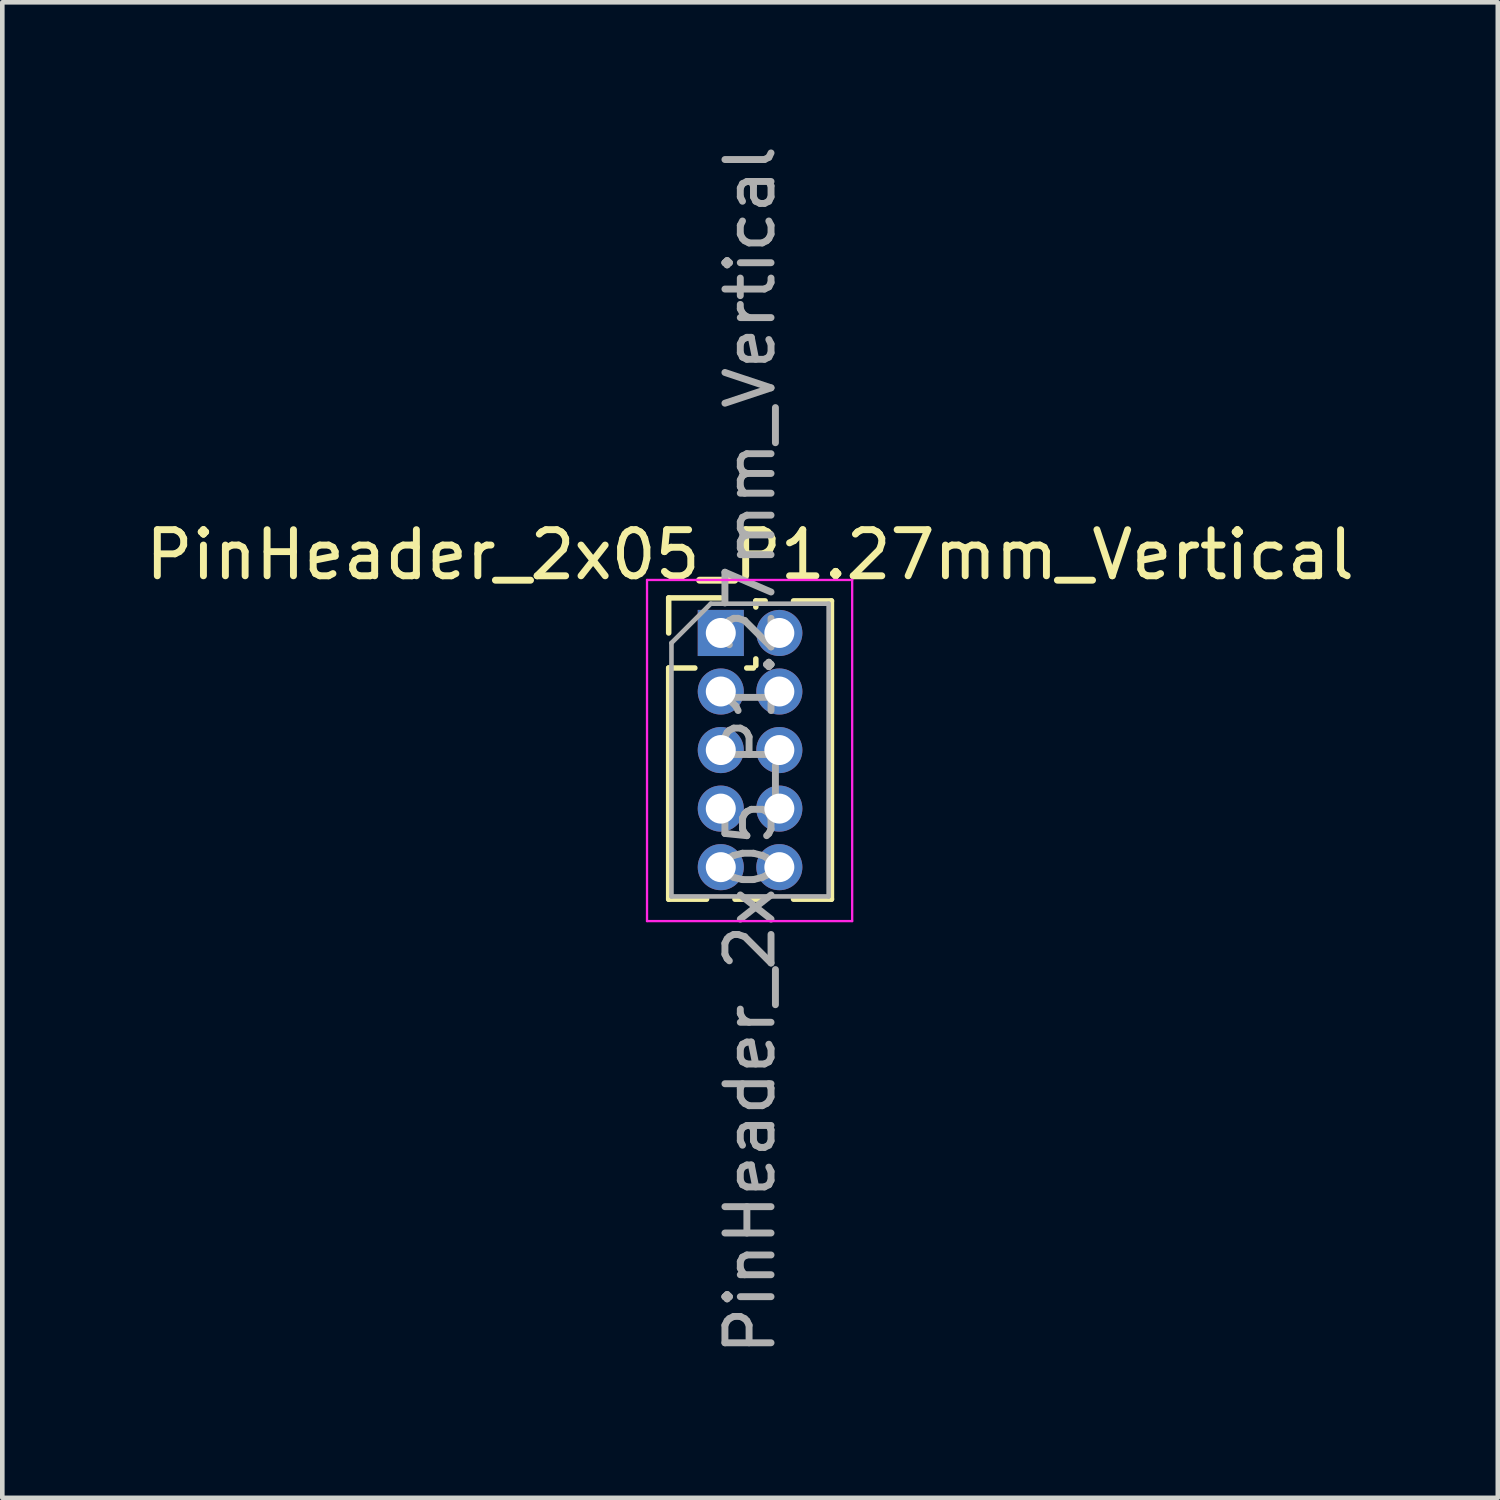
<source format=kicad_pcb>
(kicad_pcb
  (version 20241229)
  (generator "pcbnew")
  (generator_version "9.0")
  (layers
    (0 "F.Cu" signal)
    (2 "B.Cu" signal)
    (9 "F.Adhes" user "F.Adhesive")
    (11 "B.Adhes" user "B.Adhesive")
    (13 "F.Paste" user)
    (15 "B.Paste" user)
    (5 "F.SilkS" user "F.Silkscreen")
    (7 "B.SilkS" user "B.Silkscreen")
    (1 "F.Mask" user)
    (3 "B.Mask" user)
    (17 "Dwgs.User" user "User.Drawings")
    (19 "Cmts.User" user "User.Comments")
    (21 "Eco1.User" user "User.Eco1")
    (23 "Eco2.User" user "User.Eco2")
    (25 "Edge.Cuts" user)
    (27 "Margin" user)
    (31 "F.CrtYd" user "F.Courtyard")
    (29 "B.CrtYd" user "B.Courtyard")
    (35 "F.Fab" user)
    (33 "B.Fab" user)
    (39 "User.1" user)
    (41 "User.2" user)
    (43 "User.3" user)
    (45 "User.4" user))
  (footprint "PinHeader_2x05_P1.27mm_Vertical"
    (layer "F.Cu")
    (at 12.585 10.68)
    (property "Reference" "PinHeader_2x05_P1.27mm_Vertical" (at 0.635 -1.695 0) (layer "F.SilkS") (effects (font (size 1 1) (thickness 0.15))))
    (attr through_hole)
    (fp_line (start -1.13 -0.76) (end 0 -0.76) (stroke (width 0.12) (type solid)) (layer "F.SilkS"))
    (fp_line (start -1.13 0) (end -1.13 -0.76) (stroke (width 0.12) (type solid)) (layer "F.SilkS"))
    (fp_line (start -1.13 0.76) (end -1.13 5.775) (stroke (width 0.12) (type solid)) (layer "F.SilkS"))
    (fp_line (start -1.13 0.76) (end -0.563 0.76) (stroke (width 0.12) (type solid)) (layer "F.SilkS"))
    (fp_line (start -1.13 5.775) (end -0.308 5.775) (stroke (width 0.12) (type solid)) (layer "F.SilkS"))
    (fp_line (start 0.308 5.775) (end 0.962 5.775) (stroke (width 0.12) (type solid)) (layer "F.SilkS"))
    (fp_line (start 0.563 0.76) (end 0.707 0.76) (stroke (width 0.12) (type solid)) (layer "F.SilkS"))
    (fp_line (start 0.76 -0.695) (end 0.962 -0.695) (stroke (width 0.12) (type solid)) (layer "F.SilkS"))
    (fp_line (start 0.76 -0.563) (end 0.76 -0.695) (stroke (width 0.12) (type solid)) (layer "F.SilkS"))
    (fp_line (start 0.76 0.707) (end 0.76 0.563) (stroke (width 0.12) (type solid)) (layer "F.SilkS"))
    (fp_line (start 1.578 -0.695) (end 2.4 -0.695) (stroke (width 0.12) (type solid)) (layer "F.SilkS"))
    (fp_line (start 1.578 5.775) (end 2.4 5.775) (stroke (width 0.12) (type solid)) (layer "F.SilkS"))
    (fp_line (start 2.4 -0.695) (end 2.4 5.775) (stroke (width 0.12) (type solid)) (layer "F.SilkS"))
    (fp_line (start -1.6 -1.15) (end -1.6 6.25) (stroke (width 0.05) (type solid)) (layer "F.CrtYd"))
    (fp_line (start -1.6 6.25) (end 2.85 6.25) (stroke (width 0.05) (type solid)) (layer "F.CrtYd"))
    (fp_line (start 2.85 -1.15) (end -1.6 -1.15) (stroke (width 0.05) (type solid)) (layer "F.CrtYd"))
    (fp_line (start 2.85 6.25) (end 2.85 -1.15) (stroke (width 0.05) (type solid)) (layer "F.CrtYd"))
    (fp_line (start -1.07 0.217) (end -0.217 -0.635) (stroke (width 0.1) (type solid)) (layer "F.Fab"))
    (fp_line (start -1.07 5.715) (end -1.07 0.217) (stroke (width 0.1) (type solid)) (layer "F.Fab"))
    (fp_line (start -0.217 -0.635) (end 2.34 -0.635) (stroke (width 0.1) (type solid)) (layer "F.Fab"))
    (fp_line (start 2.34 -0.635) (end 2.34 5.715) (stroke (width 0.1) (type solid)) (layer "F.Fab"))
    (fp_line (start 2.34 5.715) (end -1.07 5.715) (stroke (width 0.1) (type solid)) (layer "F.Fab"))
    (fp_text user "${REFERENCE}" (at 0.635 2.54 90) (layer "F.Fab") (effects (font (size 1 1) (thickness 0.15))))
    (pad "1" thru_hole rect (at 0 0) (size 1 1) (drill 0.65) (layers "*.Cu" "*.Mask"))
    (pad "2" thru_hole oval (at 1.27 0) (size 1 1) (drill 0.65) (layers "*.Cu" "*.Mask"))
    (pad "3" thru_hole oval (at 0 1.27) (size 1 1) (drill 0.65) (layers "*.Cu" "*.Mask"))
    (pad "4" thru_hole oval (at 1.27 1.27) (size 1 1) (drill 0.65) (layers "*.Cu" "*.Mask"))
    (pad "5" thru_hole oval (at 0 2.54) (size 1 1) (drill 0.65) (layers "*.Cu" "*.Mask"))
    (pad "6" thru_hole oval (at 1.27 2.54) (size 1 1) (drill 0.65) (layers "*.Cu" "*.Mask"))
    (pad "7" thru_hole oval (at 0 3.81) (size 1 1) (drill 0.65) (layers "*.Cu" "*.Mask"))
    (pad "8" thru_hole oval (at 1.27 3.81) (size 1 1) (drill 0.65) (layers "*.Cu" "*.Mask"))
    (pad "9" thru_hole oval (at 0 5.08) (size 1 1) (drill 0.65) (layers "*.Cu" "*.Mask"))
    (pad "10" thru_hole oval (at 1.27 5.08) (size 1 1) (drill 0.65) (layers "*.Cu" "*.Mask")))
  (gr_rect
    (start -3 -3)
    (end 29.44 29.44)
    (stroke (width 0.1) (type default))
    (fill no)
    (layer "Edge.Cuts")))
</source>
